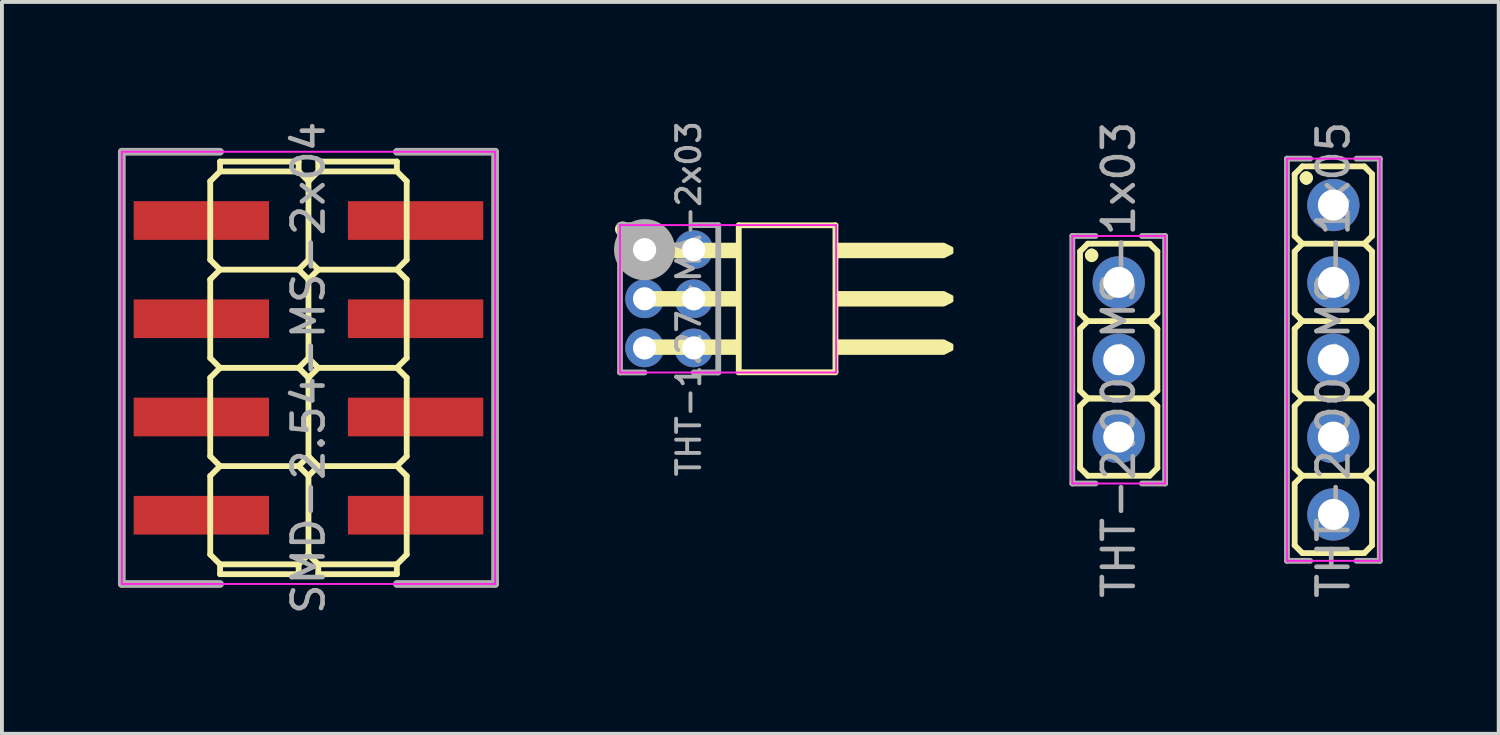
<source format=kicad_pcb>
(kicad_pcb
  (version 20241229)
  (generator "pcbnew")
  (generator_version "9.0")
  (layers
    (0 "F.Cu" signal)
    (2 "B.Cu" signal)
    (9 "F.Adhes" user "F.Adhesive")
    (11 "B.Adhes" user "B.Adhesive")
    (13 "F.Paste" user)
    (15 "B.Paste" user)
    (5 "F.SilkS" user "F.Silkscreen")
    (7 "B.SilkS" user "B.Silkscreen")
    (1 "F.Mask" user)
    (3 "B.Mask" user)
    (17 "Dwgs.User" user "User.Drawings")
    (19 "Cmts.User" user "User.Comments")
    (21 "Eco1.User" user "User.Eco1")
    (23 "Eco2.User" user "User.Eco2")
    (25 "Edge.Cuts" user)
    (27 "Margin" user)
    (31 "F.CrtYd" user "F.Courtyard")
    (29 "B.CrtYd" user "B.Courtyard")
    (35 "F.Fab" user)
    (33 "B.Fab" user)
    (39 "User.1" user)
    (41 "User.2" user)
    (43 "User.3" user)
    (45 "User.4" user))
  (footprint "SMD-2.54-MS-2x04"
    (layer "F.Cu")
    (at 4.926 6.462)
    (property "Reference" "SMD-2.54-MS-2x04" (at 0 0 90) (layer "F.Fab") (effects (font (size 0.8 0.8) (thickness 0.12))))
    (attr smd)
    (fp_line (start -2.54 -4.826) (end -2.286 -5.08) (stroke (width 0.15) (type solid)) (layer "F.SilkS"))
    (fp_line (start -2.54 -2.794) (end -2.54 -4.826) (stroke (width 0.15) (type solid)) (layer "F.SilkS"))
    (fp_line (start -2.54 -2.286) (end -2.286 -2.54) (stroke (width 0.15) (type solid)) (layer "F.SilkS"))
    (fp_line (start -2.54 -0.254) (end -2.54 -2.286) (stroke (width 0.15) (type solid)) (layer "F.SilkS"))
    (fp_line (start -2.54 0.254) (end -2.286 0) (stroke (width 0.15) (type solid)) (layer "F.SilkS"))
    (fp_line (start -2.54 2.286) (end -2.54 0.254) (stroke (width 0.15) (type solid)) (layer "F.SilkS"))
    (fp_line (start -2.54 2.794) (end -2.286 2.54) (stroke (width 0.15) (type solid)) (layer "F.SilkS"))
    (fp_line (start -2.54 4.826) (end -2.54 2.794) (stroke (width 0.15) (type solid)) (layer "F.SilkS"))
    (fp_line (start -2.286 -5.334) (end -0.254 -5.334) (stroke (width 0.15) (type solid)) (layer "F.SilkS"))
    (fp_line (start -2.286 -5.08) (end -2.286 -5.334) (stroke (width 0.15) (type solid)) (layer "F.SilkS"))
    (fp_line (start -2.286 -5.08) (end -0.254 -5.08) (stroke (width 0.15) (type solid)) (layer "F.SilkS"))
    (fp_line (start -2.286 -2.54) (end -2.54 -2.794) (stroke (width 0.15) (type solid)) (layer "F.SilkS"))
    (fp_line (start -2.286 0) (end -2.54 -0.254) (stroke (width 0.15) (type solid)) (layer "F.SilkS"))
    (fp_line (start -2.286 2.54) (end -2.54 2.286) (stroke (width 0.15) (type solid)) (layer "F.SilkS"))
    (fp_line (start -2.286 5.08) (end -2.54 4.826) (stroke (width 0.15) (type solid)) (layer "F.SilkS"))
    (fp_line (start -2.286 5.08) (end -2.286 5.334) (stroke (width 0.15) (type solid)) (layer "F.SilkS"))
    (fp_line (start -2.286 5.334) (end -0.254 5.334) (stroke (width 0.15) (type solid)) (layer "F.SilkS"))
    (fp_line (start -0.254 -5.334) (end -0.254 -5.08) (stroke (width 0.15) (type solid)) (layer "F.SilkS"))
    (fp_line (start -0.254 -5.08) (end 0 -4.826) (stroke (width 0.15) (type solid)) (layer "F.SilkS"))
    (fp_line (start -0.254 -2.54) (end -2.286 -2.54) (stroke (width 0.15) (type solid)) (layer "F.SilkS"))
    (fp_line (start -0.254 -2.54) (end 0 -2.286) (stroke (width 0.15) (type solid)) (layer "F.SilkS"))
    (fp_line (start -0.254 0) (end -2.286 0) (stroke (width 0.15) (type solid)) (layer "F.SilkS"))
    (fp_line (start -0.254 0) (end 0 0.254) (stroke (width 0.15) (type solid)) (layer "F.SilkS"))
    (fp_line (start -0.254 2.54) (end -2.286 2.54) (stroke (width 0.15) (type solid)) (layer "F.SilkS"))
    (fp_line (start -0.254 2.54) (end 0 2.794) (stroke (width 0.15) (type solid)) (layer "F.SilkS"))
    (fp_line (start -0.254 5.08) (end -2.286 5.08) (stroke (width 0.15) (type solid)) (layer "F.SilkS"))
    (fp_line (start -0.254 5.334) (end -0.254 5.08) (stroke (width 0.15) (type solid)) (layer "F.SilkS"))
    (fp_line (start 0 -4.826) (end 0 -2.794) (stroke (width 0.15) (type solid)) (layer "F.SilkS"))
    (fp_line (start 0 -4.826) (end 0.254 -5.08) (stroke (width 0.15) (type solid)) (layer "F.SilkS"))
    (fp_line (start 0 -2.794) (end -0.254 -2.54) (stroke (width 0.15) (type solid)) (layer "F.SilkS"))
    (fp_line (start 0 -2.286) (end 0 -0.254) (stroke (width 0.15) (type solid)) (layer "F.SilkS"))
    (fp_line (start 0 -2.286) (end 0.254 -2.54) (stroke (width 0.15) (type solid)) (layer "F.SilkS"))
    (fp_line (start 0 -0.254) (end -0.254 0) (stroke (width 0.15) (type solid)) (layer "F.SilkS"))
    (fp_line (start 0 0.254) (end 0 2.286) (stroke (width 0.15) (type solid)) (layer "F.SilkS"))
    (fp_line (start 0 0.254) (end 0.254 0) (stroke (width 0.15) (type solid)) (layer "F.SilkS"))
    (fp_line (start 0 2.286) (end -0.254 2.54) (stroke (width 0.15) (type solid)) (layer "F.SilkS"))
    (fp_line (start 0 2.794) (end 0 4.826) (stroke (width 0.15) (type solid)) (layer "F.SilkS"))
    (fp_line (start 0 2.794) (end 0.254 2.54) (stroke (width 0.15) (type solid)) (layer "F.SilkS"))
    (fp_line (start 0 4.826) (end -0.254 5.08) (stroke (width 0.15) (type solid)) (layer "F.SilkS"))
    (fp_line (start 0.254 -5.334) (end 2.286 -5.334) (stroke (width 0.15) (type solid)) (layer "F.SilkS"))
    (fp_line (start 0.254 -5.08) (end 0.254 -5.334) (stroke (width 0.15) (type solid)) (layer "F.SilkS"))
    (fp_line (start 0.254 -5.08) (end 2.286 -5.08) (stroke (width 0.15) (type solid)) (layer "F.SilkS"))
    (fp_line (start 0.254 -2.54) (end 0 -2.794) (stroke (width 0.15) (type solid)) (layer "F.SilkS"))
    (fp_line (start 0.254 0) (end 0 -0.254) (stroke (width 0.15) (type solid)) (layer "F.SilkS"))
    (fp_line (start 0.254 2.54) (end 0 2.286) (stroke (width 0.15) (type solid)) (layer "F.SilkS"))
    (fp_line (start 0.254 5.08) (end 0 4.826) (stroke (width 0.15) (type solid)) (layer "F.SilkS"))
    (fp_line (start 0.254 5.08) (end 0.254 5.334) (stroke (width 0.15) (type solid)) (layer "F.SilkS"))
    (fp_line (start 0.254 5.334) (end 2.286 5.334) (stroke (width 0.15) (type solid)) (layer "F.SilkS"))
    (fp_line (start 2.286 -5.334) (end 2.286 -5.08) (stroke (width 0.15) (type solid)) (layer "F.SilkS"))
    (fp_line (start 2.286 -5.08) (end 2.54 -4.826) (stroke (width 0.15) (type solid)) (layer "F.SilkS"))
    (fp_line (start 2.286 -2.54) (end 0.254 -2.54) (stroke (width 0.15) (type solid)) (layer "F.SilkS"))
    (fp_line (start 2.286 -2.54) (end 2.54 -2.286) (stroke (width 0.15) (type solid)) (layer "F.SilkS"))
    (fp_line (start 2.286 0) (end 0.254 0) (stroke (width 0.15) (type solid)) (layer "F.SilkS"))
    (fp_line (start 2.286 0) (end 2.54 0.254) (stroke (width 0.15) (type solid)) (layer "F.SilkS"))
    (fp_line (start 2.286 2.54) (end 0.254 2.54) (stroke (width 0.15) (type solid)) (layer "F.SilkS"))
    (fp_line (start 2.286 2.54) (end 2.54 2.794) (stroke (width 0.15) (type solid)) (layer "F.SilkS"))
    (fp_line (start 2.286 5.08) (end 0.254 5.08) (stroke (width 0.15) (type solid)) (layer "F.SilkS"))
    (fp_line (start 2.286 5.334) (end 2.286 5.08) (stroke (width 0.15) (type solid)) (layer "F.SilkS"))
    (fp_line (start 2.54 -4.826) (end 2.54 -2.794) (stroke (width 0.15) (type solid)) (layer "F.SilkS"))
    (fp_line (start 2.54 -2.794) (end 2.286 -2.54) (stroke (width 0.15) (type solid)) (layer "F.SilkS"))
    (fp_line (start 2.54 -2.286) (end 2.54 -0.254) (stroke (width 0.15) (type solid)) (layer "F.SilkS"))
    (fp_line (start 2.54 -0.254) (end 2.286 0) (stroke (width 0.15) (type solid)) (layer "F.SilkS"))
    (fp_line (start 2.54 0.254) (end 2.54 2.286) (stroke (width 0.15) (type solid)) (layer "F.SilkS"))
    (fp_line (start 2.54 2.286) (end 2.286 2.54) (stroke (width 0.15) (type solid)) (layer "F.SilkS"))
    (fp_line (start 2.54 2.794) (end 2.54 4.826) (stroke (width 0.15) (type solid)) (layer "F.SilkS"))
    (fp_line (start 2.54 4.826) (end 2.286 5.08) (stroke (width 0.15) (type solid)) (layer "F.SilkS"))
    (fp_line (start -4.826 -5.588) (end 4.826 -5.588) (stroke (width 0.05) (type solid)) (layer "F.CrtYd"))
    (fp_line (start -4.826 5.588) (end -4.826 -5.588) (stroke (width 0.05) (type solid)) (layer "F.CrtYd"))
    (fp_line (start 4.826 -5.588) (end 4.826 5.588) (stroke (width 0.05) (type solid)) (layer "F.CrtYd"))
    (fp_line (start 4.826 5.588) (end -4.826 5.588) (stroke (width 0.05) (type solid)) (layer "F.CrtYd"))
    (fp_line (start -4.826 5.588) (end -4.826 -5.588) (stroke (width 0.2) (type solid)) (layer "F.Fab"))
    (fp_line (start -4.826 5.588) (end -2.286 5.588) (stroke (width 0.2) (type solid)) (layer "F.Fab"))
    (fp_line (start -2.286 -5.588) (end -4.826 -5.588) (stroke (width 0.2) (type solid)) (layer "F.Fab"))
    (fp_line (start 2.286 5.588) (end 4.826 5.588) (stroke (width 0.2) (type solid)) (layer "F.Fab"))
    (fp_line (start 4.826 -5.588) (end 2.286 -5.588) (stroke (width 0.2) (type solid)) (layer "F.Fab"))
    (fp_line (start 4.826 -5.588) (end 4.826 5.588) (stroke (width 0.2) (type solid)) (layer "F.Fab"))
    (pad "1" smd rect (at -2.77 -3.81) (size 3.5 1) (layers "F.Cu" "F.Mask"))
    (pad "2" smd rect (at 2.77 -3.81) (size 3.5 1) (layers "F.Cu" "F.Mask"))
    (pad "3" smd rect (at -2.77 -1.27) (size 3.5 1) (layers "F.Cu" "F.Mask"))
    (pad "4" smd rect (at 2.77 -1.27) (size 3.5 1) (layers "F.Cu" "F.Mask"))
    (pad "5" smd rect (at -2.77 1.27) (size 3.5 1) (layers "F.Cu" "F.Mask"))
    (pad "6" smd rect (at 2.77 1.27) (size 3.5 1) (layers "F.Cu" "F.Mask"))
    (pad "7" smd rect (at -2.77 3.81) (size 3.5 1) (layers "F.Cu" "F.Mask"))
    (pad "8" smd rect (at 2.77 3.81) (size 3.5 1) (layers "F.Cu" "F.Mask")))
  (footprint "THT-1.27-MA-2x03"
    (layer "F.Cu")
    (at 14.252 4.676)
    (property "Reference" "THT-1.27-MA-2x03" (at 0.508 0 270) (layer "F.Fab") (effects (font (size 0.6 0.6) (thickness 0.1))))
    (attr through_hole)
    (fp_line (start 1.8 1.9) (end 1.8 -1.9) (stroke (width 0.15) (type solid)) (layer "F.SilkS"))
    (fp_line (start 4.3 -1.9) (end 1.8 -1.9) (stroke (width 0.15) (type solid)) (layer "F.SilkS"))
    (fp_line (start 4.3 1.9) (end 1.8 1.9) (stroke (width 0.15) (type solid)) (layer "F.SilkS"))
    (fp_line (start 4.3 1.9) (end 4.3 -1.9) (stroke (width 0.15) (type solid)) (layer "F.SilkS"))
    (fp_circle (center -1.2 -1.8) (end -1.1 -1.8) (stroke (width 0.2) (type solid)) (fill no) (layer "F.SilkS"))
    (fp_poly (pts (xy 1.8 -1.1) (xy 1.8 -1.4) (xy -0.5 -1.4) (xy -0.85 -1.3) (xy -0.85 -1.2) (xy -0.5 -1.1)) (stroke (width 0.1) (type solid)) (fill yes) (layer "F.SilkS"))
    (fp_poly (pts (xy 1.8 0.15) (xy 1.8 -0.15) (xy -0.5 -0.15) (xy -0.85 -0.05) (xy -0.85 0.05) (xy -0.5 0.15)) (stroke (width 0.1) (type solid)) (fill yes) (layer "F.SilkS"))
    (fp_poly (pts (xy 1.8 1.4) (xy 1.8 1.1) (xy -0.5 1.1) (xy -0.85 1.2) (xy -0.85 1.3) (xy -0.5 1.4)) (stroke (width 0.1) (type solid)) (fill yes) (layer "F.SilkS"))
    (fp_poly (pts (xy 4.3 -1.4) (xy 4.3 -1.1) (xy 7.1 -1.1) (xy 7.3 -1.2) (xy 7.3 -1.3) (xy 7.1 -1.4)) (stroke (width 0.1) (type solid)) (fill yes) (layer "F.SilkS"))
    (fp_poly (pts (xy 4.3 -0.15) (xy 4.3 0.15) (xy 7.1 0.15) (xy 7.3 0.05) (xy 7.3 -0.05) (xy 7.1 -0.15)) (stroke (width 0.1) (type solid)) (fill yes) (layer "F.SilkS"))
    (fp_poly (pts (xy 4.3 1.1) (xy 4.3 1.4) (xy 7.1 1.4) (xy 7.3 1.3) (xy 7.3 1.2) (xy 7.1 1.1)) (stroke (width 0.1) (type solid)) (fill yes) (layer "F.SilkS"))
    (fp_line (start -1.27 -1.905) (end -1.27 1.905) (stroke (width 0.05) (type solid)) (layer "F.CrtYd"))
    (fp_line (start -1.27 -1.905) (end 4.318 -1.905) (stroke (width 0.05) (type solid)) (layer "F.CrtYd"))
    (fp_line (start 4.318 1.905) (end -1.27 1.905) (stroke (width 0.05) (type solid)) (layer "F.CrtYd"))
    (fp_line (start 4.318 1.905) (end 4.318 -1.905) (stroke (width 0.05) (type solid)) (layer "F.CrtYd"))
    (fp_line (start -1.27 -1.905) (end -1.27 1.905) (stroke (width 0.15) (type solid)) (layer "F.Fab"))
    (fp_line (start -1.27 -1.905) (end -0.635 -1.905) (stroke (width 0.15) (type solid)) (layer "F.Fab"))
    (fp_line (start -1.27 1.905) (end -0.635 1.905) (stroke (width 0.15) (type solid)) (layer "F.Fab"))
    (fp_line (start 0.635 -1.905) (end 1.27 -1.905) (stroke (width 0.15) (type solid)) (layer "F.Fab"))
    (fp_line (start 0.635 1.905) (end 1.27 1.905) (stroke (width 0.15) (type solid)) (layer "F.Fab"))
    (fp_line (start 1.27 -1.905) (end 1.27 1.905) (stroke (width 0.15) (type solid)) (layer "F.Fab"))
    (fp_circle (center -0.635 -1.27) (end -0.445 -1.27) (stroke (width 0.6) (type solid)) (fill no) (layer "F.Fab"))
    (pad "1" thru_hole roundrect (at -0.635 -1.27) (size 1 1) (drill 0.6) (layers "*.Cu" "*.Mask") (roundrect_rratio 0.2))
    (pad "2" thru_hole circle (at 0.635 -1.27) (size 1 1) (drill 0.6) (layers "*.Cu" "*.Mask"))
    (pad "3" thru_hole circle (at -0.635 0) (size 1 1) (drill 0.6) (layers "*.Cu" "*.Mask"))
    (pad "4" thru_hole circle (at 0.635 0) (size 1 1) (drill 0.6) (layers "*.Cu" "*.Mask"))
    (pad "5" thru_hole circle (at -0.635 1.27) (size 1 1) (drill 0.6) (layers "*.Cu" "*.Mask"))
    (pad "6" thru_hole circle (at 0.635 1.27) (size 1 1) (drill 0.6) (layers "*.Cu" "*.Mask")))
  (footprint "THT-2.00-MS-1x03"
    (layer "F.Cu")
    (at 25.877 6.252)
    (property "Reference" "THT-2.00-MS-1x03" (at 0 0 90) (layer "F.Fab") (effects (font (size 0.8 0.8) (thickness 0.12))))
    (attr through_hole)
    (fp_line (start -1 -2.8) (end -0.8 -3) (stroke (width 0.15) (type solid)) (layer "F.SilkS"))
    (fp_line (start -1 -1.2) (end -1 -2.8) (stroke (width 0.15) (type solid)) (layer "F.SilkS"))
    (fp_line (start -1 -0.8) (end -0.8 -1) (stroke (width 0.15) (type solid)) (layer "F.SilkS"))
    (fp_line (start -1 0.8) (end -1 -0.8) (stroke (width 0.15) (type solid)) (layer "F.SilkS"))
    (fp_line (start -1 1.2) (end -0.8 1) (stroke (width 0.15) (type solid)) (layer "F.SilkS"))
    (fp_line (start -1 2.8) (end -1 1.2) (stroke (width 0.15) (type solid)) (layer "F.SilkS"))
    (fp_line (start -0.8 -1) (end -1 -1.2) (stroke (width 0.15) (type solid)) (layer "F.SilkS"))
    (fp_line (start -0.8 -1) (end 0.8 -1) (stroke (width 0.15) (type solid)) (layer "F.SilkS"))
    (fp_line (start -0.8 1) (end -1 0.8) (stroke (width 0.15) (type solid)) (layer "F.SilkS"))
    (fp_line (start -0.8 1) (end 0.8 1) (stroke (width 0.15) (type solid)) (layer "F.SilkS"))
    (fp_line (start -0.8 3) (end -1 2.8) (stroke (width 0.15) (type solid)) (layer "F.SilkS"))
    (fp_line (start -0.7 -2.8) (end -0.7 -2.6) (stroke (width 0.15) (type solid)) (layer "F.SilkS"))
    (fp_line (start 0.8 -3) (end -0.8 -3) (stroke (width 0.15) (type solid)) (layer "F.SilkS"))
    (fp_line (start 0.8 -1) (end 1 -1.2) (stroke (width 0.15) (type solid)) (layer "F.SilkS"))
    (fp_line (start 0.8 -1) (end 1 -0.8) (stroke (width 0.15) (type solid)) (layer "F.SilkS"))
    (fp_line (start 0.8 1) (end -0.8 1) (stroke (width 0.15) (type solid)) (layer "F.SilkS"))
    (fp_line (start 0.8 1) (end 1 1.2) (stroke (width 0.15) (type solid)) (layer "F.SilkS"))
    (fp_line (start 0.8 3) (end -0.8 3) (stroke (width 0.15) (type solid)) (layer "F.SilkS"))
    (fp_line (start 1 -2.8) (end 0.8 -3) (stroke (width 0.15) (type solid)) (layer "F.SilkS"))
    (fp_line (start 1 -1.2) (end 1 -2.8) (stroke (width 0.15) (type solid)) (layer "F.SilkS"))
    (fp_line (start 1 -0.8) (end 1 0.8) (stroke (width 0.15) (type solid)) (layer "F.SilkS"))
    (fp_line (start 1 0.8) (end 0.8 1) (stroke (width 0.15) (type solid)) (layer "F.SilkS"))
    (fp_line (start 1 1.2) (end 1 2.8) (stroke (width 0.15) (type solid)) (layer "F.SilkS"))
    (fp_line (start 1 2.8) (end 0.8 3) (stroke (width 0.15) (type solid)) (layer "F.SilkS"))
    (fp_circle (center -0.7 -2.7) (end -0.7 -2.6) (stroke (width 0.15) (type solid)) (fill no) (layer "F.SilkS"))
    (fp_line (start -1.2 -3.2) (end 1.2 -3.2) (stroke (width 0.05) (type solid)) (layer "F.CrtYd"))
    (fp_line (start -1.2 3.2) (end -1.2 -3.2) (stroke (width 0.05) (type solid)) (layer "F.CrtYd"))
    (fp_line (start 1.2 -3.2) (end 1.2 3.2) (stroke (width 0.05) (type solid)) (layer "F.CrtYd"))
    (fp_line (start 1.2 3.2) (end -1.2 3.2) (stroke (width 0.05) (type solid)) (layer "F.CrtYd"))
    (fp_line (start -1.2 -3.2) (end -1.2 3.2) (stroke (width 0.15) (type solid)) (layer "F.Fab"))
    (fp_line (start -1.2 3.2) (end -0.6 3.2) (stroke (width 0.15) (type solid)) (layer "F.Fab"))
    (fp_line (start -0.6 -3.2) (end -1.2 -3.2) (stroke (width 0.15) (type solid)) (layer "F.Fab"))
    (fp_line (start 0.6 3.2) (end 1.2 3.2) (stroke (width 0.15) (type solid)) (layer "F.Fab"))
    (fp_line (start 1.2 -3.2) (end 0.6 -3.2) (stroke (width 0.15) (type solid)) (layer "F.Fab"))
    (fp_line (start 1.2 3.2) (end 1.2 -3.2) (stroke (width 0.15) (type solid)) (layer "F.Fab"))
    (pad "1" thru_hole circle (at 0 -2) (size 1.35 1.35) (drill 0.8) (layers "*.Cu" "*.Mask"))
    (pad "2" thru_hole oval (at 0 0) (size 1.35 1.35) (drill 0.8) (layers "*.Cu" "*.Mask"))
    (pad "3" thru_hole oval (at 0 2) (size 1.35 1.35) (drill 0.8) (layers "*.Cu" "*.Mask")))
  (footprint "THT-2.00-MS-1x05"
    (layer "F.Cu")
    (at 31.427 6.252)
    (property "Reference" "THT-2.00-MS-1x05" (at 0 0 90) (layer "F.Fab") (effects (font (size 0.8 0.8) (thickness 0.12))))
    (attr through_hole)
    (fp_line (start -1 -4.8) (end -0.8 -5) (stroke (width 0.15) (type solid)) (layer "F.SilkS"))
    (fp_line (start -1 -3.2) (end -1 -4.8) (stroke (width 0.15) (type solid)) (layer "F.SilkS"))
    (fp_line (start -1 -2.8) (end -0.8 -3) (stroke (width 0.15) (type solid)) (layer "F.SilkS"))
    (fp_line (start -1 -1.2) (end -1 -2.8) (stroke (width 0.15) (type solid)) (layer "F.SilkS"))
    (fp_line (start -1 -0.8) (end -0.8 -1) (stroke (width 0.15) (type solid)) (layer "F.SilkS"))
    (fp_line (start -1 0.8) (end -1 -0.8) (stroke (width 0.15) (type solid)) (layer "F.SilkS"))
    (fp_line (start -1 1.2) (end -0.8 1) (stroke (width 0.15) (type solid)) (layer "F.SilkS"))
    (fp_line (start -1 2.8) (end -1 1.2) (stroke (width 0.15) (type solid)) (layer "F.SilkS"))
    (fp_line (start -1 3.2) (end -0.8 3) (stroke (width 0.15) (type solid)) (layer "F.SilkS"))
    (fp_line (start -1 4.8) (end -1 3.2) (stroke (width 0.15) (type solid)) (layer "F.SilkS"))
    (fp_line (start -0.8 -3) (end -1 -3.2) (stroke (width 0.15) (type solid)) (layer "F.SilkS"))
    (fp_line (start -0.8 -3) (end 0.8 -3) (stroke (width 0.15) (type solid)) (layer "F.SilkS"))
    (fp_line (start -0.8 -1) (end -1 -1.2) (stroke (width 0.15) (type solid)) (layer "F.SilkS"))
    (fp_line (start -0.8 1) (end -1 0.8) (stroke (width 0.15) (type solid)) (layer "F.SilkS"))
    (fp_line (start -0.8 1) (end 0.8 1) (stroke (width 0.15) (type solid)) (layer "F.SilkS"))
    (fp_line (start -0.8 3) (end -1 2.8) (stroke (width 0.15) (type solid)) (layer "F.SilkS"))
    (fp_line (start -0.8 5) (end -1 4.8) (stroke (width 0.15) (type solid)) (layer "F.SilkS"))
    (fp_line (start -0.7 -4.8) (end -0.7 -4.6) (stroke (width 0.15) (type solid)) (layer "F.SilkS"))
    (fp_line (start 0.8 -5) (end -0.8 -5) (stroke (width 0.15) (type solid)) (layer "F.SilkS"))
    (fp_line (start 0.8 -3) (end 1 -3.2) (stroke (width 0.15) (type solid)) (layer "F.SilkS"))
    (fp_line (start 0.8 -3) (end 1 -2.8) (stroke (width 0.15) (type solid)) (layer "F.SilkS"))
    (fp_line (start 0.8 -1) (end -0.8 -1) (stroke (width 0.15) (type solid)) (layer "F.SilkS"))
    (fp_line (start 0.8 1) (end 1 0.8) (stroke (width 0.15) (type solid)) (layer "F.SilkS"))
    (fp_line (start 0.8 1) (end 1 1.2) (stroke (width 0.15) (type solid)) (layer "F.SilkS"))
    (fp_line (start 0.8 3) (end -0.8 3) (stroke (width 0.15) (type solid)) (layer "F.SilkS"))
    (fp_line (start 0.8 3) (end 1 3.2) (stroke (width 0.15) (type solid)) (layer "F.SilkS"))
    (fp_line (start 0.8 5) (end -0.8 5) (stroke (width 0.15) (type solid)) (layer "F.SilkS"))
    (fp_line (start 1 -4.8) (end 0.8 -5) (stroke (width 0.15) (type solid)) (layer "F.SilkS"))
    (fp_line (start 1 -3.2) (end 1 -4.8) (stroke (width 0.15) (type solid)) (layer "F.SilkS"))
    (fp_line (start 1 -2.8) (end 1 -1.2) (stroke (width 0.15) (type solid)) (layer "F.SilkS"))
    (fp_line (start 1 -1.2) (end 0.8 -1) (stroke (width 0.15) (type solid)) (layer "F.SilkS"))
    (fp_line (start 1 -0.8) (end 0.8 -1) (stroke (width 0.15) (type solid)) (layer "F.SilkS"))
    (fp_line (start 1 0.8) (end 1 -0.8) (stroke (width 0.15) (type solid)) (layer "F.SilkS"))
    (fp_line (start 1 1.2) (end 1 2.8) (stroke (width 0.15) (type solid)) (layer "F.SilkS"))
    (fp_line (start 1 2.8) (end 0.8 3) (stroke (width 0.15) (type solid)) (layer "F.SilkS"))
    (fp_line (start 1 3.2) (end 1 4.8) (stroke (width 0.15) (type solid)) (layer "F.SilkS"))
    (fp_line (start 1 4.8) (end 0.8 5) (stroke (width 0.15) (type solid)) (layer "F.SilkS"))
    (fp_circle (center -0.7 -4.7) (end -0.6 -4.7) (stroke (width 0.15) (type solid)) (fill no) (layer "F.SilkS"))
    (fp_line (start -1.2 -5.2) (end 1.2 -5.2) (stroke (width 0.05) (type solid)) (layer "F.CrtYd"))
    (fp_line (start -1.2 5.2) (end -1.2 -5.2) (stroke (width 0.05) (type solid)) (layer "F.CrtYd"))
    (fp_line (start 1.2 -5.2) (end 1.2 5.2) (stroke (width 0.05) (type solid)) (layer "F.CrtYd"))
    (fp_line (start 1.2 5.2) (end -1.2 5.2) (stroke (width 0.05) (type solid)) (layer "F.CrtYd"))
    (fp_line (start -1.2 -5.2) (end -1.2 5.2) (stroke (width 0.15) (type solid)) (layer "F.Fab"))
    (fp_line (start -1.2 5.2) (end -0.6 5.2) (stroke (width 0.15) (type solid)) (layer "F.Fab"))
    (fp_line (start -0.6 -5.2) (end -1.2 -5.2) (stroke (width 0.15) (type solid)) (layer "F.Fab"))
    (fp_line (start 0.6 5.2) (end 1.2 5.2) (stroke (width 0.15) (type solid)) (layer "F.Fab"))
    (fp_line (start 1.2 -5.2) (end 0.6 -5.2) (stroke (width 0.15) (type solid)) (layer "F.Fab"))
    (fp_line (start 1.2 5.2) (end 1.2 -5.2) (stroke (width 0.15) (type solid)) (layer "F.Fab"))
    (pad "1" thru_hole circle (at 0 -4) (size 1.35 1.35) (drill 0.8) (layers "*.Cu" "*.Mask"))
    (pad "2" thru_hole oval (at 0 -2) (size 1.35 1.35) (drill 0.8) (layers "*.Cu" "*.Mask"))
    (pad "3" thru_hole circle (at 0 0) (size 1.35 1.35) (drill 0.8) (layers "*.Cu" "*.Mask"))
    (pad "4" thru_hole oval (at 0 2) (size 1.35 1.35) (drill 0.8) (layers "*.Cu" "*.Mask"))
    (pad "5" thru_hole oval (at 0 4) (size 1.35 1.35) (drill 0.8) (layers "*.Cu" "*.Mask")))
  (gr_rect
    (start -3 -3)
    (end 35.702 15.924)
    (stroke (width 0.1) (type default))
    (fill no)
    (layer "Edge.Cuts")))
</source>
